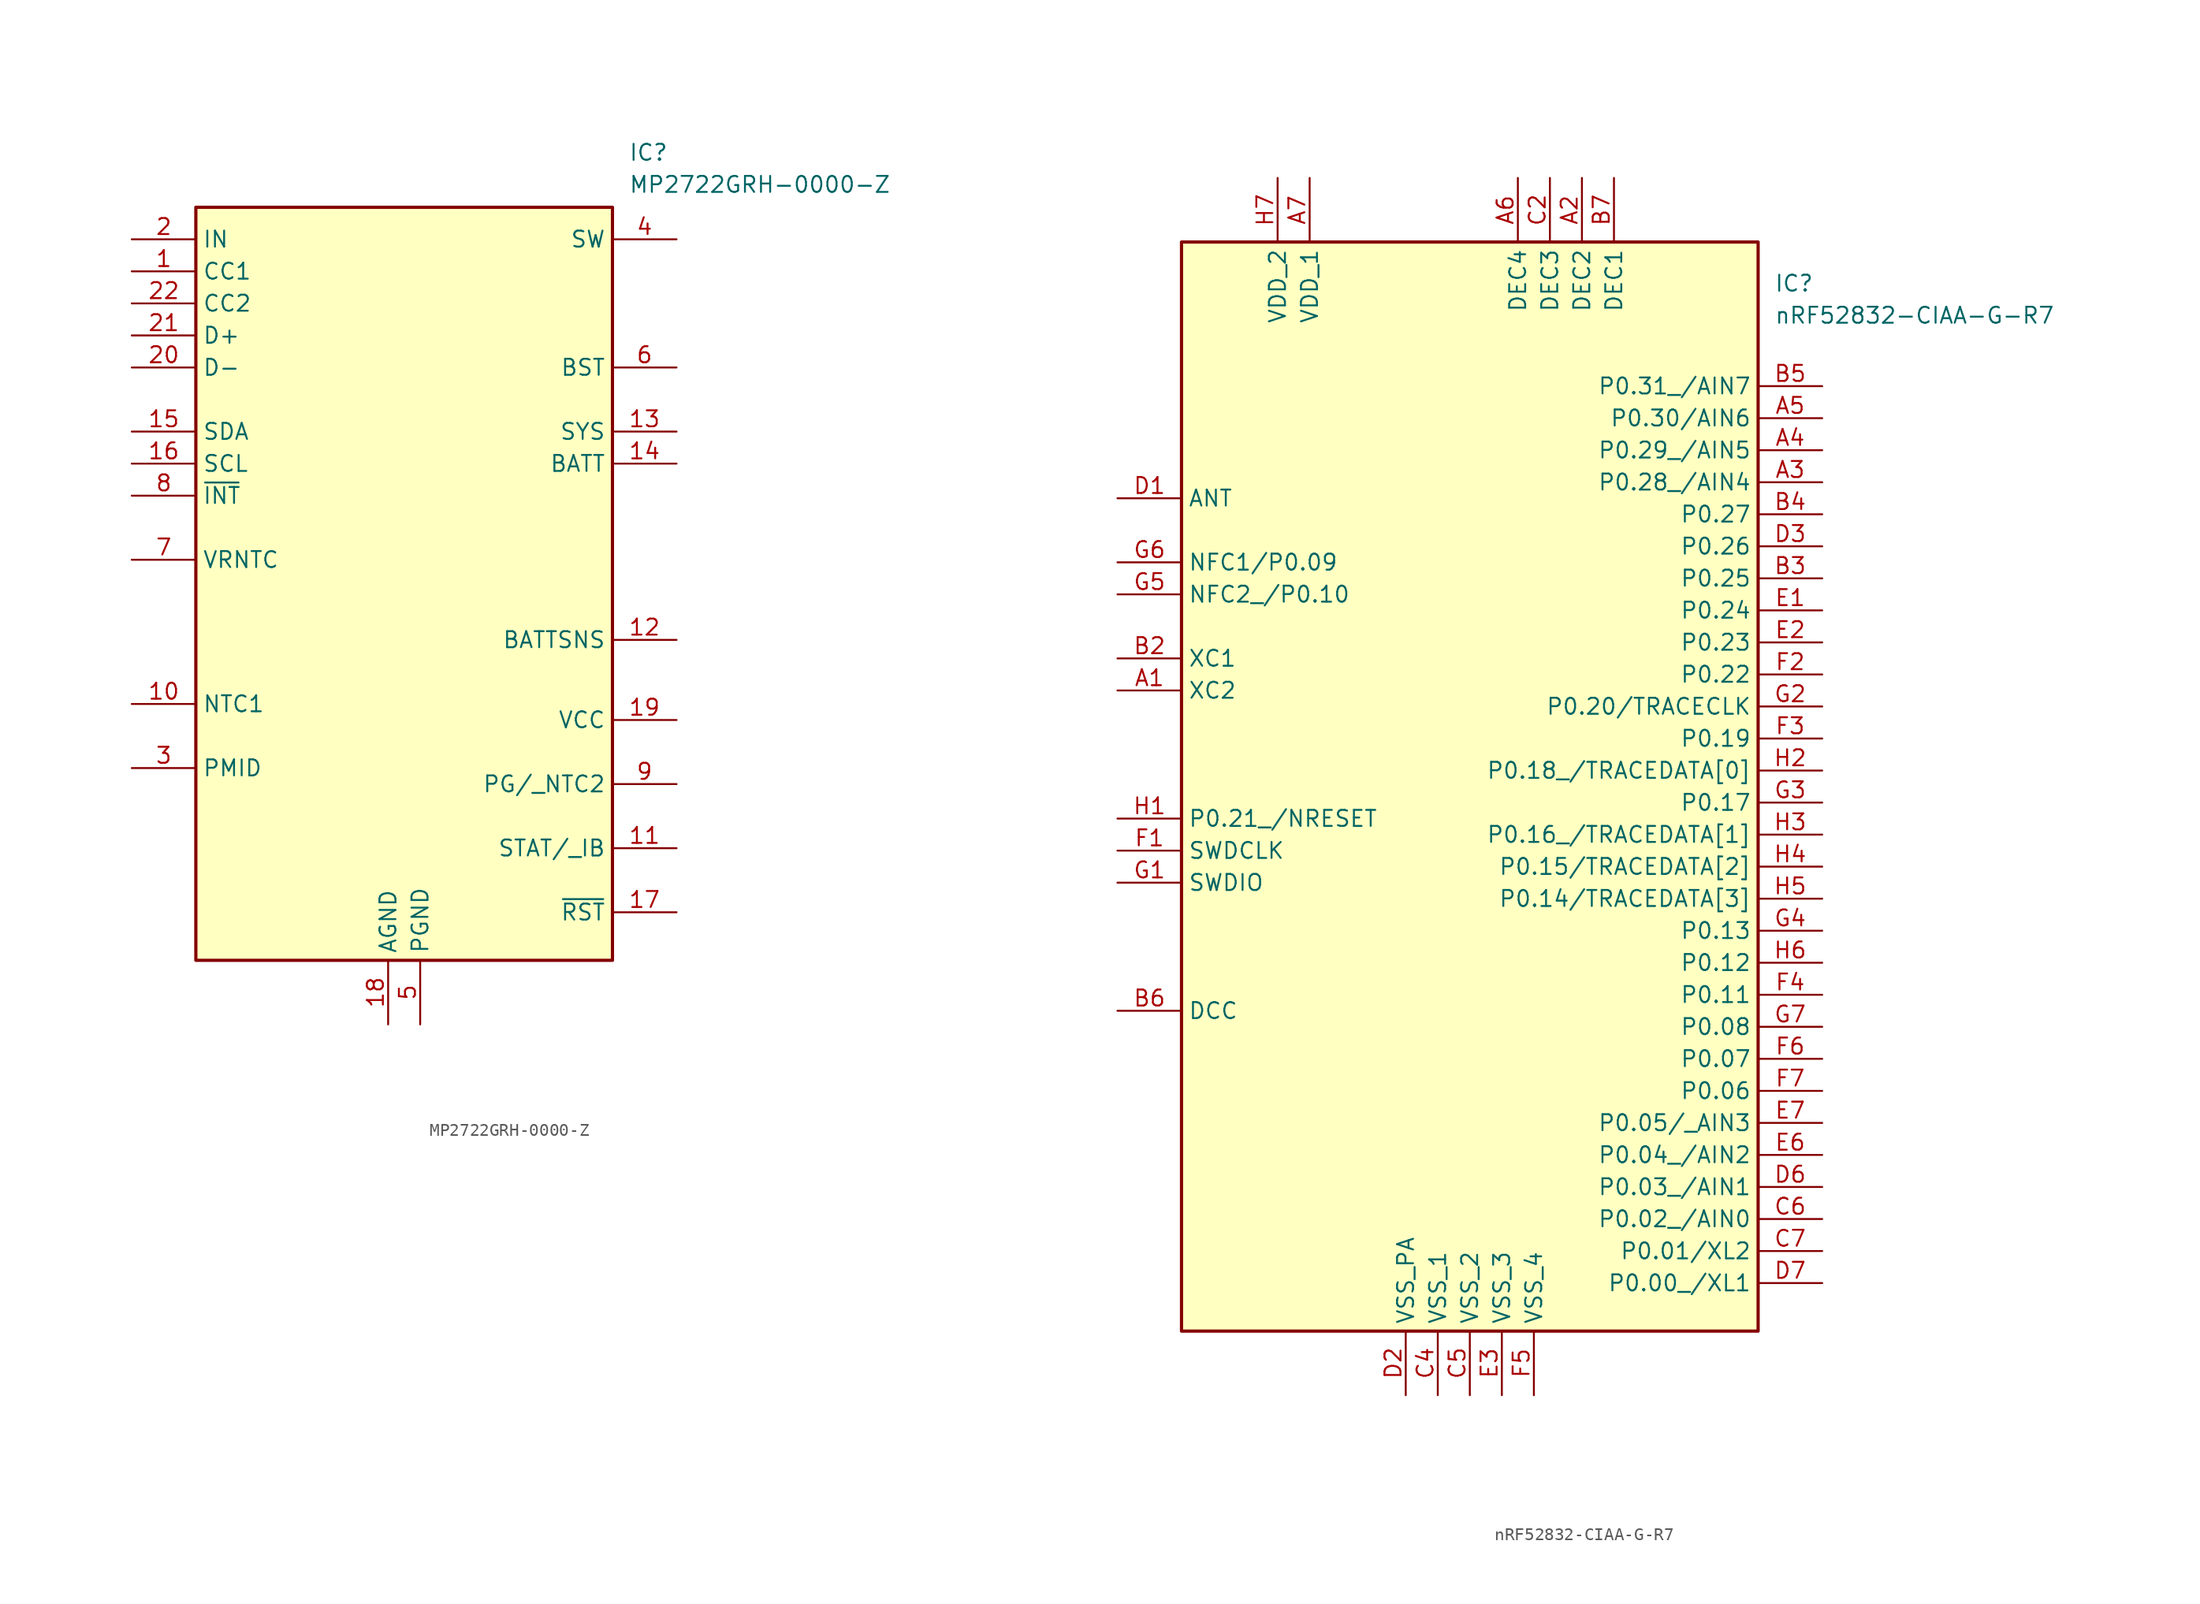
<source format=kicad_sym>
(kicad_symbol_lib
  (version 20220914)
  (generator kicad_symbol_editor)
  (symbol "MP2722GRH-0000-Z"
    (property "Reference" "IC"
      (at 39.37 7.62 0)
      (effects (font (size 1.27 1.27)) (justify left top)))
    (property "Value" "MP2722GRH-0000-Z"
      (at 39.37 5.08 0)
      (effects (font (size 1.27 1.27)) (justify left top)))
    (symbol "MP2722GRH-0000-Z_1_1"
      (rectangle (start 5.08 2.54) (end 38.1 -57.15) (stroke (width 0.254) (type default)) (fill (type background)))
      (pin passive line (at 0 -2.54 0) (length 5.08) (name "CC1" (effects (font (size 1.27 1.27)))) (number "1" (effects (font (size 1.27 1.27)))))
      (pin passive line (at 0 -36.83 0) (length 5.08) (name "NTC1" (effects (font (size 1.27 1.27)))) (number "10" (effects (font (size 1.27 1.27)))))
      (pin passive line (at 43.18 -48.26 180) (length 5.08) (name "STAT/_IB" (effects (font (size 1.27 1.27)))) (number "11" (effects (font (size 1.27 1.27)))))
      (pin passive line (at 43.18 -31.75 180) (length 5.08) (name "BATTSNS" (effects (font (size 1.27 1.27)))) (number "12" (effects (font (size 1.27 1.27)))))
      (pin passive line (at 43.18 -15.24 180) (length 5.08) (name "SYS" (effects (font (size 1.27 1.27)))) (number "13" (effects (font (size 1.27 1.27)))))
      (pin passive line (at 43.18 -17.78 180) (length 5.08) (name "BATT" (effects (font (size 1.27 1.27)))) (number "14" (effects (font (size 1.27 1.27)))))
      (pin passive line (at 0 -15.24 0) (length 5.08) (name "SDA" (effects (font (size 1.27 1.27)))) (number "15" (effects (font (size 1.27 1.27)))))
      (pin passive line (at 0 -17.78 0) (length 5.08) (name "SCL" (effects (font (size 1.27 1.27)))) (number "16" (effects (font (size 1.27 1.27)))))
      (pin passive line (at 43.18 -53.34 180) (length 5.08) (name "~{RST}" (effects (font (size 1.27 1.27)))) (number "17" (effects (font (size 1.27 1.27)))))
      (pin passive line (at 20.32 -62.23 90) (length 5.08) (name "AGND" (effects (font (size 1.27 1.27)))) (number "18" (effects (font (size 1.27 1.27)))))
      (pin passive line (at 43.18 -38.1 180) (length 5.08) (name "VCC" (effects (font (size 1.27 1.27)))) (number "19" (effects (font (size 1.27 1.27)))))
      (pin passive line (at 0 0 0) (length 5.08) (name "IN" (effects (font (size 1.27 1.27)))) (number "2" (effects (font (size 1.27 1.27)))))
      (pin passive line (at 0 -10.16 0) (length 5.08) (name "D-" (effects (font (size 1.27 1.27)))) (number "20" (effects (font (size 1.27 1.27)))))
      (pin passive line (at 0 -7.62 0) (length 5.08) (name "D+" (effects (font (size 1.27 1.27)))) (number "21" (effects (font (size 1.27 1.27)))))
      (pin passive line (at 0 -5.08 0) (length 5.08) (name "CC2" (effects (font (size 1.27 1.27)))) (number "22" (effects (font (size 1.27 1.27)))))
      (pin passive line (at 0 -41.91 0) (length 5.08) (name "PMID" (effects (font (size 1.27 1.27)))) (number "3" (effects (font (size 1.27 1.27)))))
      (pin passive line (at 43.18 0 180) (length 5.08) (name "SW" (effects (font (size 1.27 1.27)))) (number "4" (effects (font (size 1.27 1.27)))))
      (pin passive line (at 22.86 -62.23 90) (length 5.08) (name "PGND" (effects (font (size 1.27 1.27)))) (number "5" (effects (font (size 1.27 1.27)))))
      (pin passive line (at 43.18 -10.16 180) (length 5.08) (name "BST" (effects (font (size 1.27 1.27)))) (number "6" (effects (font (size 1.27 1.27)))))
      (pin passive line (at 0 -25.4 0) (length 5.08) (name "VRNTC" (effects (font (size 1.27 1.27)))) (number "7" (effects (font (size 1.27 1.27)))))
      (pin passive line (at 0 -20.32 0) (length 5.08) (name "~{INT}" (effects (font (size 1.27 1.27)))) (number "8" (effects (font (size 1.27 1.27)))))
      (pin passive line (at 43.18 -43.18 180) (length 5.08) (name "PG/_NTC2" (effects (font (size 1.27 1.27)))) (number "9" (effects (font (size 1.27 1.27)))))))
  (symbol "nRF52832-CIAA-G-R7"
    (property "Reference" "IC"
      (at 52.07 17.78 0)
      (effects (font (size 1.27 1.27)) (justify left top)))
    (property "Value" "nRF52832-CIAA-G-R7"
      (at 52.07 15.24 0)
      (effects (font (size 1.27 1.27)) (justify left top)))
    (symbol "nRF52832-CIAA-G-R7_1_1"
      (rectangle (start 5.08 20.32) (end 50.8 -66.04) (stroke (width 0.254) (type default)) (fill (type background)))
      (pin passive line (at 0 -15.24 0) (length 5.08) (name "XC2" (effects (font (size 1.27 1.27)))) (number "A1" (effects (font (size 1.27 1.27)))))
      (pin passive line (at 36.83 25.4 270) (length 5.08) (name "DEC2" (effects (font (size 1.27 1.27)))) (number "A2" (effects (font (size 1.27 1.27)))))
      (pin passive line (at 55.88 1.27 180) (length 5.08) (name "P0.28_/AIN4" (effects (font (size 1.27 1.27)))) (number "A3" (effects (font (size 1.27 1.27)))))
      (pin passive line (at 55.88 3.81 180) (length 5.08) (name "P0.29_/AIN5" (effects (font (size 1.27 1.27)))) (number "A4" (effects (font (size 1.27 1.27)))))
      (pin passive line (at 55.88 6.35 180) (length 5.08) (name "P0.30/AIN6" (effects (font (size 1.27 1.27)))) (number "A5" (effects (font (size 1.27 1.27)))))
      (pin passive line (at 31.75 25.4 270) (length 5.08) (name "DEC4" (effects (font (size 1.27 1.27)))) (number "A6" (effects (font (size 1.27 1.27)))))
      (pin passive line (at 15.24 25.4 270) (length 5.08) (name "VDD_1" (effects (font (size 1.27 1.27)))) (number "A7" (effects (font (size 1.27 1.27)))))
      (pin passive line (at 0 -12.7 0) (length 5.08) (name "XC1" (effects (font (size 1.27 1.27)))) (number "B2" (effects (font (size 1.27 1.27)))))
      (pin passive line (at 55.88 -6.35 180) (length 5.08) (name "P0.25" (effects (font (size 1.27 1.27)))) (number "B3" (effects (font (size 1.27 1.27)))))
      (pin passive line (at 55.88 -1.27 180) (length 5.08) (name "P0.27" (effects (font (size 1.27 1.27)))) (number "B4" (effects (font (size 1.27 1.27)))))
      (pin passive line (at 55.88 8.89 180) (length 5.08) (name "P0.31_/AIN7" (effects (font (size 1.27 1.27)))) (number "B5" (effects (font (size 1.27 1.27)))))
      (pin passive line (at 0 -40.64 0) (length 5.08) (name "DCC" (effects (font (size 1.27 1.27)))) (number "B6" (effects (font (size 1.27 1.27)))))
      (pin passive line (at 39.37 25.4 270) (length 5.08) (name "DEC1" (effects (font (size 1.27 1.27)))) (number "B7" (effects (font (size 1.27 1.27)))))
      (pin passive line (at 34.29 25.4 270) (length 5.08) (name "DEC3" (effects (font (size 1.27 1.27)))) (number "C2" (effects (font (size 1.27 1.27)))))
      (pin no_connect line (at 44.45 -71.12 90) (length 5.08) hide (name "NC" (effects (font (size 1.27 1.27)))) (number "C3" (effects (font (size 1.27 1.27)))))
      (pin passive line (at 25.4 -71.12 90) (length 5.08) (name "VSS_1" (effects (font (size 1.27 1.27)))) (number "C4" (effects (font (size 1.27 1.27)))))
      (pin passive line (at 27.94 -71.12 90) (length 5.08) (name "VSS_2" (effects (font (size 1.27 1.27)))) (number "C5" (effects (font (size 1.27 1.27)))))
      (pin passive line (at 55.88 -57.15 180) (length 5.08) (name "P0.02_/AIN0" (effects (font (size 1.27 1.27)))) (number "C6" (effects (font (size 1.27 1.27)))))
      (pin passive line (at 55.88 -59.69 180) (length 5.08) (name "P0.01/XL2" (effects (font (size 1.27 1.27)))) (number "C7" (effects (font (size 1.27 1.27)))))
      (pin passive line (at 0 0 0) (length 5.08) (name "ANT" (effects (font (size 1.27 1.27)))) (number "D1" (effects (font (size 1.27 1.27)))))
      (pin passive line (at 22.86 -71.12 90) (length 5.08) (name "VSS_PA" (effects (font (size 1.27 1.27)))) (number "D2" (effects (font (size 1.27 1.27)))))
      (pin passive line (at 55.88 -3.81 180) (length 5.08) (name "P0.26" (effects (font (size 1.27 1.27)))) (number "D3" (effects (font (size 1.27 1.27)))))
      (pin passive line (at 55.88 -54.61 180) (length 5.08) (name "P0.03_/AIN1" (effects (font (size 1.27 1.27)))) (number "D6" (effects (font (size 1.27 1.27)))))
      (pin passive line (at 55.88 -62.23 180) (length 5.08) (name "P0.00_/XL1" (effects (font (size 1.27 1.27)))) (number "D7" (effects (font (size 1.27 1.27)))))
      (pin passive line (at 55.88 -8.89 180) (length 5.08) (name "P0.24" (effects (font (size 1.27 1.27)))) (number "E1" (effects (font (size 1.27 1.27)))))
      (pin passive line (at 55.88 -11.43 180) (length 5.08) (name "P0.23" (effects (font (size 1.27 1.27)))) (number "E2" (effects (font (size 1.27 1.27)))))
      (pin passive line (at 30.48 -71.12 90) (length 5.08) (name "VSS_3" (effects (font (size 1.27 1.27)))) (number "E3" (effects (font (size 1.27 1.27)))))
      (pin passive line (at 55.88 -52.07 180) (length 5.08) (name "P0.04_/AIN2" (effects (font (size 1.27 1.27)))) (number "E6" (effects (font (size 1.27 1.27)))))
      (pin passive line (at 55.88 -49.53 180) (length 5.08) (name "P0.05/_AIN3" (effects (font (size 1.27 1.27)))) (number "E7" (effects (font (size 1.27 1.27)))))
      (pin passive line (at 0 -27.94 0) (length 5.08) (name "SWDCLK" (effects (font (size 1.27 1.27)))) (number "F1" (effects (font (size 1.27 1.27)))))
      (pin passive line (at 55.88 -13.97 180) (length 5.08) (name "P0.22" (effects (font (size 1.27 1.27)))) (number "F2" (effects (font (size 1.27 1.27)))))
      (pin passive line (at 55.88 -19.05 180) (length 5.08) (name "P0.19" (effects (font (size 1.27 1.27)))) (number "F3" (effects (font (size 1.27 1.27)))))
      (pin passive line (at 55.88 -39.37 180) (length 5.08) (name "P0.11" (effects (font (size 1.27 1.27)))) (number "F4" (effects (font (size 1.27 1.27)))))
      (pin passive line (at 33.02 -71.12 90) (length 5.08) (name "VSS_4" (effects (font (size 1.27 1.27)))) (number "F5" (effects (font (size 1.27 1.27)))))
      (pin passive line (at 55.88 -44.45 180) (length 5.08) (name "P0.07" (effects (font (size 1.27 1.27)))) (number "F6" (effects (font (size 1.27 1.27)))))
      (pin passive line (at 55.88 -46.99 180) (length 5.08) (name "P0.06" (effects (font (size 1.27 1.27)))) (number "F7" (effects (font (size 1.27 1.27)))))
      (pin passive line (at 0 -30.48 0) (length 5.08) (name "SWDIO" (effects (font (size 1.27 1.27)))) (number "G1" (effects (font (size 1.27 1.27)))))
      (pin passive line (at 55.88 -16.51 180) (length 5.08) (name "P0.20/TRACECLK" (effects (font (size 1.27 1.27)))) (number "G2" (effects (font (size 1.27 1.27)))))
      (pin passive line (at 55.88 -24.13 180) (length 5.08) (name "P0.17" (effects (font (size 1.27 1.27)))) (number "G3" (effects (font (size 1.27 1.27)))))
      (pin passive line (at 55.88 -34.29 180) (length 5.08) (name "P0.13" (effects (font (size 1.27 1.27)))) (number "G4" (effects (font (size 1.27 1.27)))))
      (pin passive line (at 0 -7.62 0) (length 5.08) (name "NFC2_/P0.10" (effects (font (size 1.27 1.27)))) (number "G5" (effects (font (size 1.27 1.27)))))
      (pin passive line (at 0 -5.08 0) (length 5.08) (name "NFC1/P0.09" (effects (font (size 1.27 1.27)))) (number "G6" (effects (font (size 1.27 1.27)))))
      (pin passive line (at 55.88 -41.91 180) (length 5.08) (name "P0.08" (effects (font (size 1.27 1.27)))) (number "G7" (effects (font (size 1.27 1.27)))))
      (pin passive line (at 0 -25.4 0) (length 5.08) (name "P0.21_/NRESET" (effects (font (size 1.27 1.27)))) (number "H1" (effects (font (size 1.27 1.27)))))
      (pin passive line (at 55.88 -21.59 180) (length 5.08) (name "P0.18_/TRACEDATA[0]" (effects (font (size 1.27 1.27)))) (number "H2" (effects (font (size 1.27 1.27)))))
      (pin passive line (at 55.88 -26.67 180) (length 5.08) (name "P0.16_/TRACEDATA[1]" (effects (font (size 1.27 1.27)))) (number "H3" (effects (font (size 1.27 1.27)))))
      (pin passive line (at 55.88 -29.21 180) (length 5.08) (name "P0.15/TRACEDATA[2]" (effects (font (size 1.27 1.27)))) (number "H4" (effects (font (size 1.27 1.27)))))
      (pin passive line (at 55.88 -31.75 180) (length 5.08) (name "P0.14/TRACEDATA[3]" (effects (font (size 1.27 1.27)))) (number "H5" (effects (font (size 1.27 1.27)))))
      (pin passive line (at 55.88 -36.83 180) (length 5.08) (name "P0.12" (effects (font (size 1.27 1.27)))) (number "H6" (effects (font (size 1.27 1.27)))))
      (pin passive line (at 12.7 25.4 270) (length 5.08) (name "VDD_2" (effects (font (size 1.27 1.27)))) (number "H7" (effects (font (size 1.27 1.27))))))))
</source>
